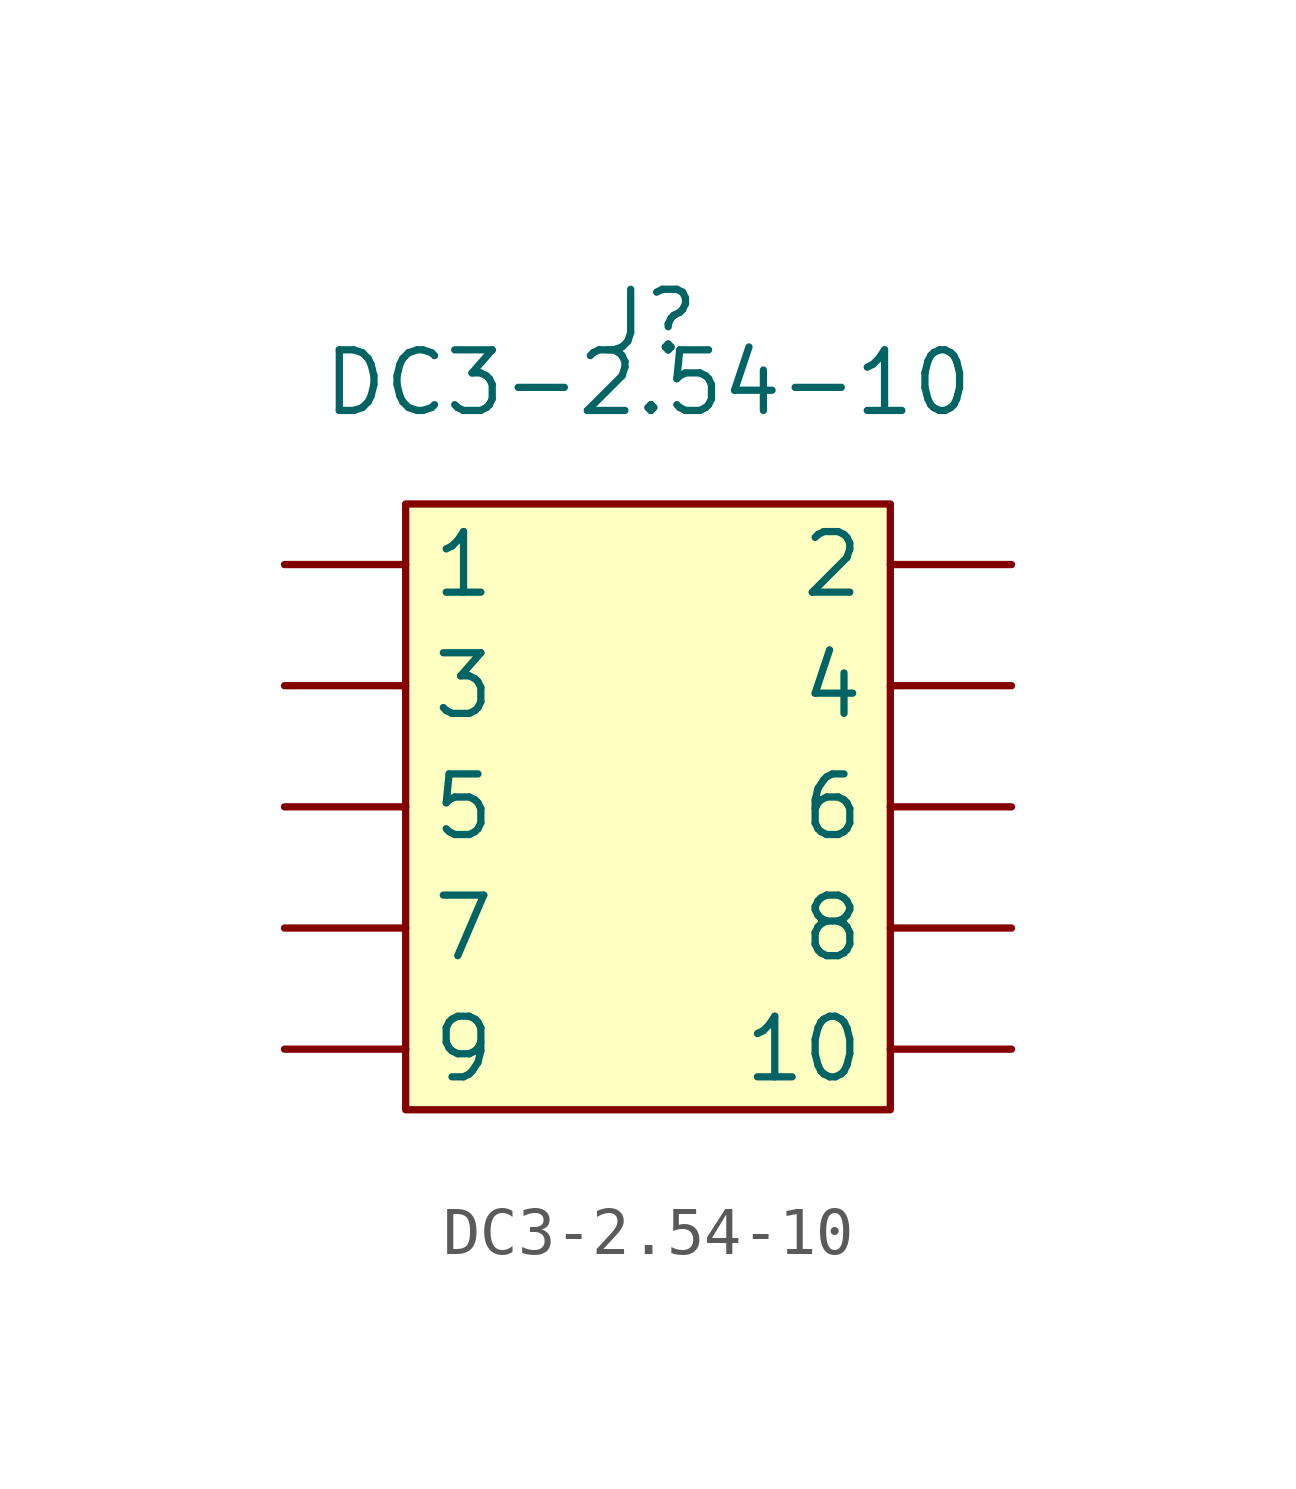
<source format=kicad_sym>
(kicad_symbol_lib
  (version 20211014)
  (generator kicad_symbol_editor)
  (symbol "DC3-2.54-10"
    (pin_numbers hide)
    (property "Reference" "J"
      (at 0 10.16 0)
      (effects (font (size 1.27 1.27))))
    (property "Value" "DC3-2.54-10"
      (at 0 8.89 0)
      (effects (font (size 1.27 1.27))))
    (symbol "DC3-2.54-10_0_1"
      (rectangle (start -5.08 6.35) (end 5.08 -6.35) (stroke (width 0) (type default) (color 0 0 0 0)) (fill (type background))))
    (symbol "DC3-2.54-10_1_1"
      (pin unspecified line (at -7.62 5.08 0) (length 2.54) (name "1" (effects (font (size 1.27 1.27)))) (number "1" (effects (font (size 1.27 1.27)))))
      (pin unspecified line (at 7.62 -5.08 180) (length 2.54) (name "10" (effects (font (size 1.27 1.27)))) (number "10" (effects (font (size 1.27 1.27)))))
      (pin unspecified line (at 7.62 5.08 180) (length 2.54) (name "2" (effects (font (size 1.27 1.27)))) (number "2" (effects (font (size 1.27 1.27)))))
      (pin unspecified line (at -7.62 2.54 0) (length 2.54) (name "3" (effects (font (size 1.27 1.27)))) (number "3" (effects (font (size 1.27 1.27)))))
      (pin unspecified line (at 7.62 2.54 180) (length 2.54) (name "4" (effects (font (size 1.27 1.27)))) (number "4" (effects (font (size 1.27 1.27)))))
      (pin unspecified line (at -7.62 0 0) (length 2.54) (name "5" (effects (font (size 1.27 1.27)))) (number "5" (effects (font (size 1.27 1.27)))))
      (pin unspecified line (at 7.62 0 180) (length 2.54) (name "6" (effects (font (size 1.27 1.27)))) (number "6" (effects (font (size 1.27 1.27)))))
      (pin unspecified line (at -7.62 -2.54 0) (length 2.54) (name "7" (effects (font (size 1.27 1.27)))) (number "7" (effects (font (size 1.27 1.27)))))
      (pin unspecified line (at 7.62 -2.54 180) (length 2.54) (name "8" (effects (font (size 1.27 1.27)))) (number "8" (effects (font (size 1.27 1.27)))))
      (pin unspecified line (at -7.62 -5.08 0) (length 2.54) (name "9" (effects (font (size 1.27 1.27)))) (number "9" (effects (font (size 1.27 1.27))))))))
</source>
